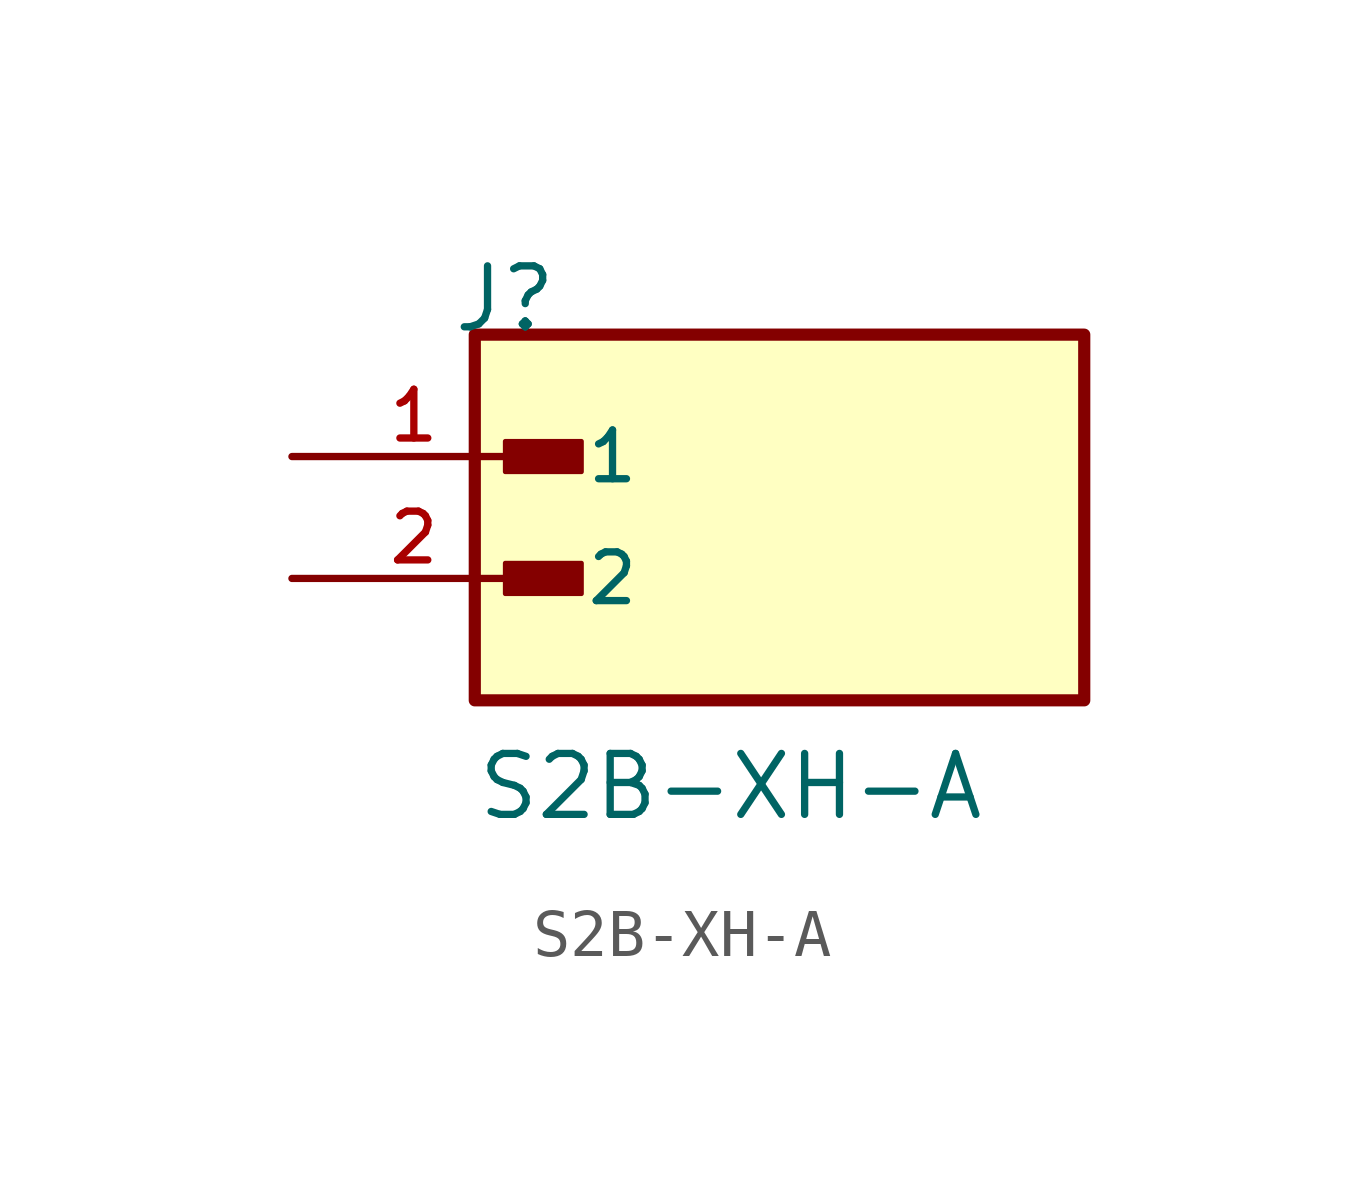
<source format=kicad_sym>
(kicad_symbol_lib
  (version 20211014)
  (generator kicad_symbol_editor)
  (symbol "S2B-XH-A"
    (pin_names
      (offset 1.016))
    (property "Reference" "J"
      (at -6.85 5.08 0)
      (effects (font (size 1.27 1.27)) (justify bottom left)))
    (property "Value" "S2B-XH-A"
      (at -6.35 -5.08 0)
      (effects (font (size 1.27 1.27)) (justify bottom left)))
    (symbol "S2B-XH-A_0_0"
      (rectangle (start -5.715 2.223) (end -4.128 2.857) (stroke (width 0.1)) (fill (type outline)))
      (rectangle (start -5.715 -0.318) (end -4.128 0.318) (stroke (width 0.1)) (fill (type outline)))
      (rectangle (start -6.35 -2.54) (end 6.35 5.08) (stroke (width 0.254)) (fill (type background)))
      (pin passive line (at -10.16 2.54 0) (length 5.08) (name "1" (effects (font (size 1.016 1.016)))) (number "1" (effects (font (size 1.016 1.016)))))
      (pin passive line (at -10.16 0.0 0) (length 5.08) (name "2" (effects (font (size 1.016 1.016)))) (number "2" (effects (font (size 1.016 1.016))))))))
</source>
